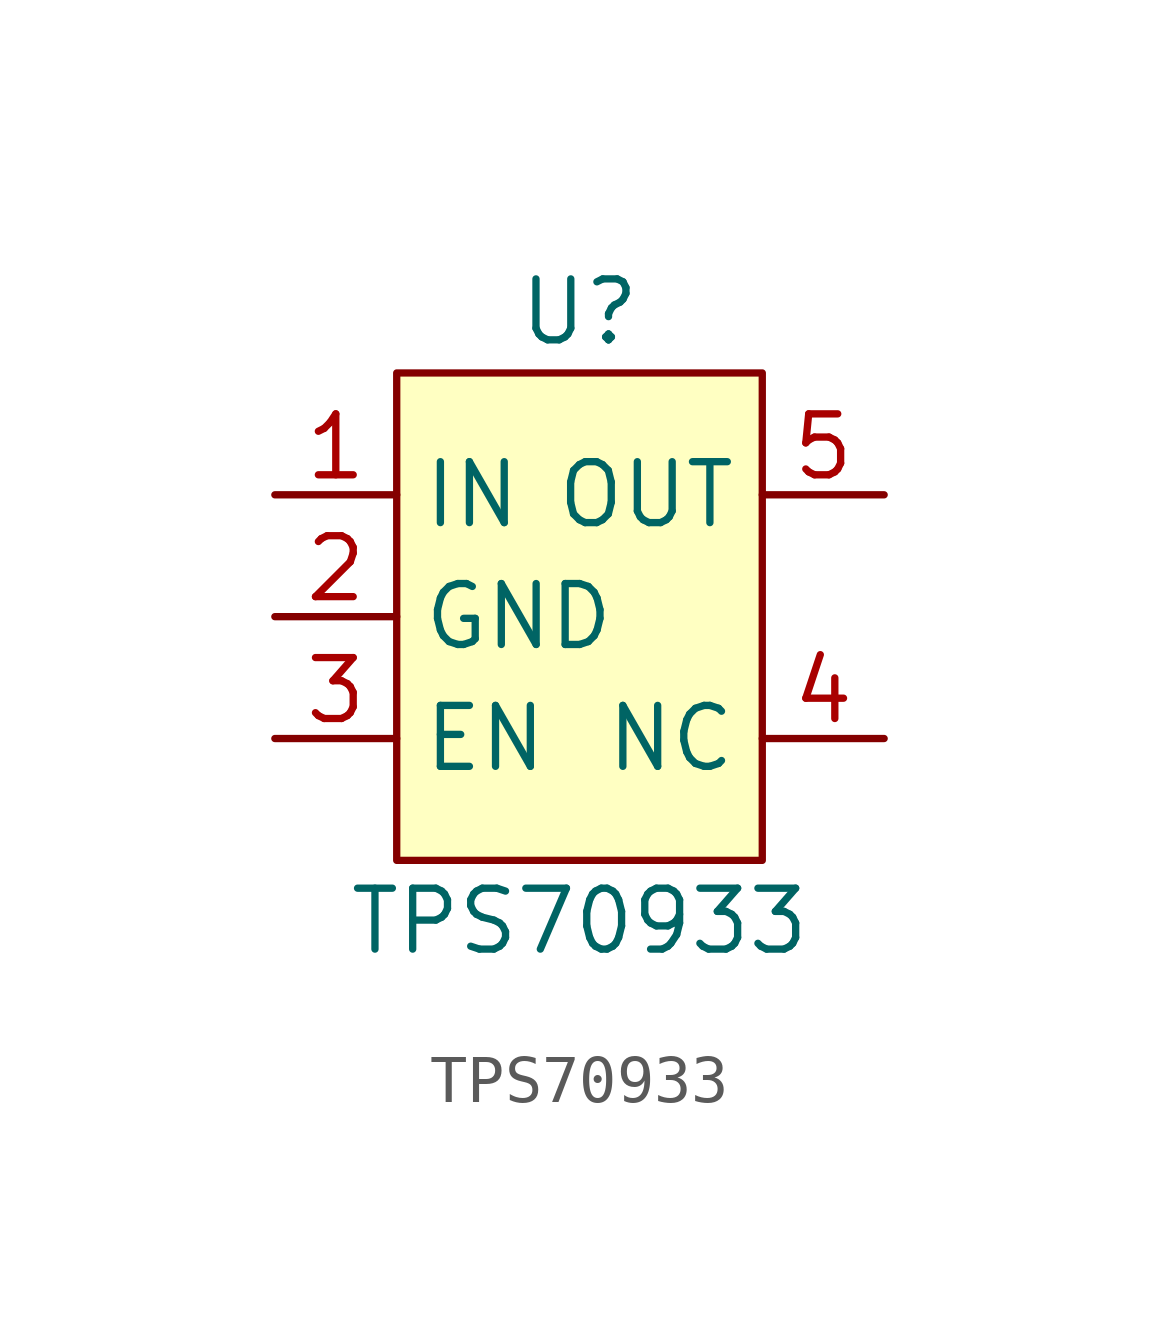
<source format=kicad_sym>
(kicad_symbol_lib
  (version 20220914)
  (generator kicad_symbol_editor)
  (symbol "TPS70933"
    (property "Reference" "U"
      (at 0 6.35 0)
      (do_not_autoplace)
      (effects (font (size 1.27 1.27))))
    (property "Value" "TPS70933"
      (at 0 -6.35 0)
      (do_not_autoplace)
      (effects (font (size 1.27 1.27))))
    (symbol "TPS70933_1_0"
      (pin input line (at -6.35 0 0) (length 2.54) (name "GND" (effects (font (size 1.27 1.27)))) (number "2" (effects (font (size 1.27 1.27)))))
      (pin input line (at -6.35 -2.54 0) (length 2.54) (name "EN" (effects (font (size 1.27 1.27)))) (number "3" (effects (font (size 1.27 1.27)))))
      (pin input line (at 6.35 -2.54 180) (length 2.54) (name "NC" (effects (font (size 1.27 1.27)))) (number "4" (effects (font (size 1.27 1.27)))))
      (pin input line (at 6.35 2.54 180) (length 2.54) (name "OUT" (effects (font (size 1.27 1.27)))) (number "5" (effects (font (size 1.27 1.27))))))
    (symbol "TPS70933_1_1"
      (rectangle (start -3.81 5.08) (end 3.81 -5.08) (stroke (width 0) (type default)) (fill (type background)))
      (pin input line (at -6.35 2.54 0) (length 2.54) (name "IN" (effects (font (size 1.27 1.27)))) (number "1" (effects (font (size 1.27 1.27))))))))
</source>
